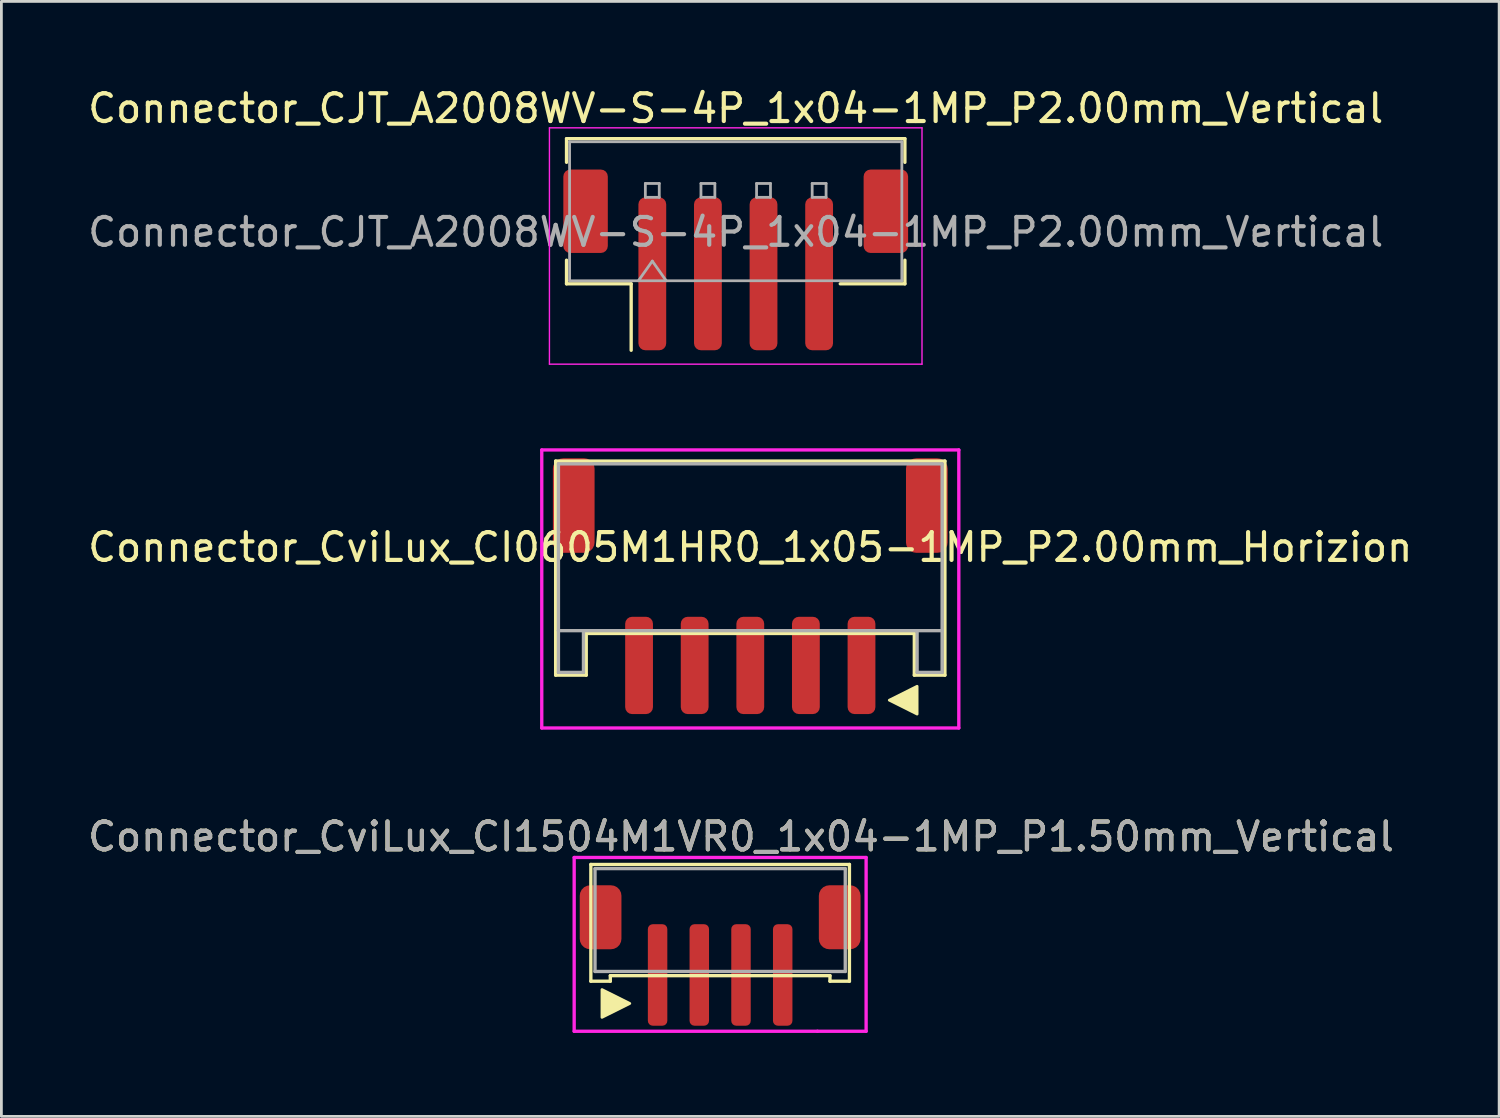
<source format=kicad_pcb>
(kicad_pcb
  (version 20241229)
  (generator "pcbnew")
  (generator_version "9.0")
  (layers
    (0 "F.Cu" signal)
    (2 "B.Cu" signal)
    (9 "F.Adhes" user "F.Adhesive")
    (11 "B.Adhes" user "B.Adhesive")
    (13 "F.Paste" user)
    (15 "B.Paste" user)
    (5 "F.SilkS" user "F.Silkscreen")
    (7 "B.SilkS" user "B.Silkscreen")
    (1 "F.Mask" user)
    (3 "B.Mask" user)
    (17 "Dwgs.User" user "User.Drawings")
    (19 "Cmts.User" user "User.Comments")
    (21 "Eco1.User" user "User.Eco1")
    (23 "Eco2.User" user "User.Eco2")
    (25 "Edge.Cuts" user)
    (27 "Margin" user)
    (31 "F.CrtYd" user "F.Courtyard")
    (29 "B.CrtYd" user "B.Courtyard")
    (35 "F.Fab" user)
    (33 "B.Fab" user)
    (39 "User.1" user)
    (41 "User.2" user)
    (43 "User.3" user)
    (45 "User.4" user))
  (footprint "Connector_CviLux_CI1504M1VR0_1x04-1MP_P1.50mm_Vertical"
    (layer "F.Cu")
    (at 23.601 30.041)
    (property "Reference" "Connector_CviLux_CI1504M1VR0_1x04-1MP_P1.50mm_Vertical" (at 0 -3 0) (layer "F.SilkS") (effects (font (size 1 1) (thickness 0.15))))
    (attr smd)
    (fp_line (start -5.4 -2) (end 3.9 -2) (stroke (width 0.12) (type solid)) (layer "F.SilkS"))
    (fp_line (start -5.4 2.2) (end -5.4 -2) (stroke (width 0.12) (type solid)) (layer "F.SilkS"))
    (fp_line (start -4.7 2) (end -4.7 2.2) (stroke (width 0.12) (type solid)) (layer "F.SilkS"))
    (fp_line (start -4.7 2.2) (end -5.4 2.2) (stroke (width 0.12) (type solid)) (layer "F.SilkS"))
    (fp_line (start 3.2 2) (end -4.7 2) (stroke (width 0.12) (type solid)) (layer "F.SilkS"))
    (fp_line (start 3.2 2.2) (end 3.2 2) (stroke (width 0.12) (type solid)) (layer "F.SilkS"))
    (fp_line (start 3.9 -2) (end 3.9 2.2) (stroke (width 0.12) (type solid)) (layer "F.SilkS"))
    (fp_line (start 3.9 2.2) (end 3.2 2.2) (stroke (width 0.12) (type solid)) (layer "F.SilkS"))
    (fp_poly (pts (xy -5 2.5) (xy -5 3.5) (xy -4 3)) (stroke (width 0.1) (type solid)) (fill yes) (layer "F.SilkS"))
    (fp_line (start -6 -2.25) (end -6 4) (stroke (width 0.12) (type solid)) (layer "F.CrtYd"))
    (fp_line (start -6 4) (end 2.75 4) (stroke (width 0.12) (type solid)) (layer "F.CrtYd"))
    (fp_line (start 2.75 4) (end 4.5 4) (stroke (width 0.12) (type solid)) (layer "F.CrtYd"))
    (fp_line (start 4.5 -2.25) (end -6 -2.25) (stroke (width 0.12) (type solid)) (layer "F.CrtYd"))
    (fp_line (start 4.5 4) (end 4.5 -2.25) (stroke (width 0.12) (type solid)) (layer "F.CrtYd"))
    (fp_line (start -5.25 -1.85) (end 3.75 -1.85) (stroke (width 0.12) (type solid)) (layer "F.Fab"))
    (fp_line (start -5.25 1.85) (end -5.25 -1.85) (stroke (width 0.12) (type solid)) (layer "F.Fab"))
    (fp_line (start 3.75 -1.85) (end 3.75 1.85) (stroke (width 0.12) (type solid)) (layer "F.Fab"))
    (fp_line (start 3.75 1.85) (end -5.25 1.85) (stroke (width 0.12) (type solid)) (layer "F.Fab"))
    (fp_text user "${REFERENCE}" (at 0 -3 0) (layer "F.Fab") (effects (font (size 1 1) (thickness 0.15))))
    (pad "1" smd roundrect (at -3 1.975 180) (size 0.7 3.65) (layers "F.Cu" "F.Mask" "F.Paste") (roundrect_rratio 0.25))
    (pad "2" smd roundrect (at -1.5 1.975 180) (size 0.7 3.65) (layers "F.Cu" "F.Mask" "F.Paste") (roundrect_rratio 0.25))
    (pad "3" smd roundrect (at 0 1.975 180) (size 0.7 3.65) (layers "F.Cu" "F.Mask" "F.Paste") (roundrect_rratio 0.25))
    (pad "4" smd roundrect (at 1.5 1.975 180) (size 0.7 3.65) (layers "F.Cu" "F.Mask" "F.Paste") (roundrect_rratio 0.25))
    (pad "MP" smd roundrect (at -5.05 -0.1 180) (size 1.5 2.3) (layers "F.Cu" "F.Mask" "F.Paste") (roundrect_rratio 0.25))
    (pad "MP" smd roundrect (at 3.55 -0.1 180) (size 1.5 2.3) (layers "F.Cu" "F.Mask" "F.Paste") (roundrect_rratio 0.25)))
  (footprint "Connector_CviLux_CI0605M1HR0_1x05-1MP_P2.00mm_Horizion"
    (layer "F.Cu")
    (at 23.935 16.633)
    (property "Reference" "Connector_CviLux_CI0605M1HR0_1x05-1MP_P2.00mm_Horizion" (at 0 0 0) (layer "F.SilkS") (effects (font (size 1 1) (thickness 0.15))))
    (attr smd)
    (fp_line (start -7 -3.1) (end -7 4.6) (stroke (width 0.12) (type solid)) (layer "F.SilkS"))
    (fp_line (start -7 4.6) (end -5.9 4.6) (stroke (width 0.12) (type solid)) (layer "F.SilkS"))
    (fp_line (start -5.9 3.1) (end 5.9 3.1) (stroke (width 0.12) (type solid)) (layer "F.SilkS"))
    (fp_line (start -5.9 4.6) (end -5.9 3.1) (stroke (width 0.12) (type solid)) (layer "F.SilkS"))
    (fp_line (start 5.9 3.1) (end 5.9 4.6) (stroke (width 0.12) (type solid)) (layer "F.SilkS"))
    (fp_line (start 5.9 4.6) (end 7 4.6) (stroke (width 0.12) (type solid)) (layer "F.SilkS"))
    (fp_line (start 7 -3.1) (end -7 -3.1) (stroke (width 0.12) (type solid)) (layer "F.SilkS"))
    (fp_line (start 7 4.6) (end 7 -3.1) (stroke (width 0.12) (type solid)) (layer "F.SilkS"))
    (fp_poly (pts (xy 6 5) (xy 6 6) (xy 5 5.5)) (stroke (width 0.1) (type solid)) (fill yes) (layer "F.SilkS"))
    (fp_line (start -7.5 -3.5) (end 7.5 -3.5) (stroke (width 0.12) (type solid)) (layer "F.CrtYd"))
    (fp_line (start -7.5 6.5) (end -7.5 -3.5) (stroke (width 0.12) (type solid)) (layer "F.CrtYd"))
    (fp_line (start 7.5 -3.5) (end 7.5 6.5) (stroke (width 0.12) (type solid)) (layer "F.CrtYd"))
    (fp_line (start 7.5 6.5) (end -7.5 6.5) (stroke (width 0.12) (type solid)) (layer "F.CrtYd"))
    (fp_line (start -6.9 -3) (end 6.9 -3) (stroke (width 0.12) (type solid)) (layer "F.Fab"))
    (fp_line (start -6.9 3) (end -6.9 -3) (stroke (width 0.12) (type solid)) (layer "F.Fab"))
    (fp_line (start -6.9 3) (end -6.9 4.5) (stroke (width 0.12) (type solid)) (layer "F.Fab"))
    (fp_line (start -6.9 4.5) (end -6 4.5) (stroke (width 0.12) (type solid)) (layer "F.Fab"))
    (fp_line (start -6 3) (end -6 4.5) (stroke (width 0.12) (type solid)) (layer "F.Fab"))
    (fp_line (start 6 3) (end 6 4.5) (stroke (width 0.12) (type solid)) (layer "F.Fab"))
    (fp_line (start 6 4.5) (end 6.9 4.5) (stroke (width 0.12) (type solid)) (layer "F.Fab"))
    (fp_line (start 6.9 3) (end -6.9 3) (stroke (width 0.12) (type solid)) (layer "F.Fab"))
    (fp_line (start 6.9 3) (end 6.9 -3) (stroke (width 0.12) (type solid)) (layer "F.Fab"))
    (fp_line (start 6.9 3) (end 6.9 4.5) (stroke (width 0.12) (type solid)) (layer "F.Fab"))
    (pad "1" smd roundrect (at 4 4.25 180) (size 1 3.5) (layers "F.Cu" "F.Mask" "F.Paste") (roundrect_rratio 0.25))
    (pad "2" smd roundrect (at 2 4.25 180) (size 1 3.5) (layers "F.Cu" "F.Mask" "F.Paste") (roundrect_rratio 0.25))
    (pad "3" smd roundrect (at 0 4.25 180) (size 1 3.5) (layers "F.Cu" "F.Mask" "F.Paste") (roundrect_rratio 0.25))
    (pad "4" smd roundrect (at -2 4.25 180) (size 1 3.5) (layers "F.Cu" "F.Mask" "F.Paste") (roundrect_rratio 0.25))
    (pad "5" smd roundrect (at -4 4.25 180) (size 1 3.5) (layers "F.Cu" "F.Mask" "F.Paste") (roundrect_rratio 0.25))
    (pad "MP" smd roundrect (at -6.35 -1.5 180) (size 1.5 3.4) (layers "F.Cu" "F.Mask" "F.Paste") (roundrect_rratio 0.25))
    (pad "MP" smd roundrect (at 6.35 -1.5 180) (size 1.5 3.4) (layers "F.Cu" "F.Mask" "F.Paste") (roundrect_rratio 0.25)))
  (footprint "Connector_CJT_A2008WV-S-4P_1x04-1MP_P2.00mm_Vertical"
    (layer "F.Cu")
    (at 23.411 6.298)
    (property "Reference" "Connector_CJT_A2008WV-S-4P_1x04-1MP_P2.00mm_Vertical" (at 0 -5.45 0) (layer "F.SilkS") (effects (font (size 1 1) (thickness 0.15))))
    (attr smd)
    (fp_line (start -6.085 -4.36) (end 6.085 -4.36) (stroke (width 0.12) (type solid)) (layer "F.SilkS"))
    (fp_line (start -6.085 -3.51) (end -6.085 -4.36) (stroke (width 0.12) (type solid)) (layer "F.SilkS"))
    (fp_line (start -6.085 0.01) (end -6.085 0.86) (stroke (width 0.12) (type solid)) (layer "F.SilkS"))
    (fp_line (start -6.085 0.86) (end -3.76 0.86) (stroke (width 0.12) (type solid)) (layer "F.SilkS"))
    (fp_line (start -3.76 0.86) (end -3.76 3.25) (stroke (width 0.12) (type solid)) (layer "F.SilkS"))
    (fp_line (start 6.085 -4.36) (end 6.085 -3.51) (stroke (width 0.12) (type solid)) (layer "F.SilkS"))
    (fp_line (start 6.085 0.01) (end 6.085 0.86) (stroke (width 0.12) (type solid)) (layer "F.SilkS"))
    (fp_line (start 6.085 0.86) (end 3.76 0.86) (stroke (width 0.12) (type solid)) (layer "F.SilkS"))
    (fp_line (start -6.7 -4.75) (end -6.7 3.75) (stroke (width 0.05) (type solid)) (layer "F.CrtYd"))
    (fp_line (start -6.7 3.75) (end 6.7 3.75) (stroke (width 0.05) (type solid)) (layer "F.CrtYd"))
    (fp_line (start 6.7 -4.75) (end -6.7 -4.75) (stroke (width 0.05) (type solid)) (layer "F.CrtYd"))
    (fp_line (start 6.7 3.75) (end 6.7 -4.75) (stroke (width 0.05) (type solid)) (layer "F.CrtYd"))
    (fp_line (start -5.975 -4.25) (end 5.975 -4.25) (stroke (width 0.1) (type solid)) (layer "F.Fab"))
    (fp_line (start -5.975 0.75) (end -5.975 -4.25) (stroke (width 0.1) (type solid)) (layer "F.Fab"))
    (fp_line (start -5.975 0.75) (end 5.975 0.75) (stroke (width 0.1) (type solid)) (layer "F.Fab"))
    (fp_line (start -3.5 0.75) (end -3 0.043) (stroke (width 0.1) (type solid)) (layer "F.Fab"))
    (fp_line (start -3.25 -2.75) (end -3.25 -2.25) (stroke (width 0.1) (type solid)) (layer "F.Fab"))
    (fp_line (start -3.25 -2.25) (end -2.75 -2.25) (stroke (width 0.1) (type solid)) (layer "F.Fab"))
    (fp_line (start -3 0.043) (end -2.5 0.75) (stroke (width 0.1) (type solid)) (layer "F.Fab"))
    (fp_line (start -2.75 -2.75) (end -3.25 -2.75) (stroke (width 0.1) (type solid)) (layer "F.Fab"))
    (fp_line (start -2.75 -2.25) (end -2.75 -2.75) (stroke (width 0.1) (type solid)) (layer "F.Fab"))
    (fp_line (start -1.25 -2.75) (end -1.25 -2.25) (stroke (width 0.1) (type solid)) (layer "F.Fab"))
    (fp_line (start -1.25 -2.25) (end -0.75 -2.25) (stroke (width 0.1) (type solid)) (layer "F.Fab"))
    (fp_line (start -0.75 -2.75) (end -1.25 -2.75) (stroke (width 0.1) (type solid)) (layer "F.Fab"))
    (fp_line (start -0.75 -2.25) (end -0.75 -2.75) (stroke (width 0.1) (type solid)) (layer "F.Fab"))
    (fp_line (start 0.75 -2.75) (end 0.75 -2.25) (stroke (width 0.1) (type solid)) (layer "F.Fab"))
    (fp_line (start 0.75 -2.25) (end 1.25 -2.25) (stroke (width 0.1) (type solid)) (layer "F.Fab"))
    (fp_line (start 1.25 -2.75) (end 0.75 -2.75) (stroke (width 0.1) (type solid)) (layer "F.Fab"))
    (fp_line (start 1.25 -2.25) (end 1.25 -2.75) (stroke (width 0.1) (type solid)) (layer "F.Fab"))
    (fp_line (start 2.75 -2.75) (end 2.75 -2.25) (stroke (width 0.1) (type solid)) (layer "F.Fab"))
    (fp_line (start 2.75 -2.25) (end 3.25 -2.25) (stroke (width 0.1) (type solid)) (layer "F.Fab"))
    (fp_line (start 3.25 -2.75) (end 2.75 -2.75) (stroke (width 0.1) (type solid)) (layer "F.Fab"))
    (fp_line (start 3.25 -2.25) (end 3.25 -2.75) (stroke (width 0.1) (type solid)) (layer "F.Fab"))
    (fp_line (start 5.975 0.75) (end 5.975 -4.25) (stroke (width 0.1) (type solid)) (layer "F.Fab"))
    (fp_text user "${REFERENCE}" (at 0 -1 0) (layer "F.Fab") (effects (font (size 1 1) (thickness 0.15))))
    (pad "1" smd roundrect (at -3 0.5) (size 1 5.5) (layers "F.Cu" "F.Mask" "F.Paste") (roundrect_rratio 0.25))
    (pad "2" smd roundrect (at -1 0.5) (size 1 5.5) (layers "F.Cu" "F.Mask" "F.Paste") (roundrect_rratio 0.25))
    (pad "3" smd roundrect (at 1 0.5) (size 1 5.5) (layers "F.Cu" "F.Mask" "F.Paste") (roundrect_rratio 0.25))
    (pad "4" smd roundrect (at 3 0.5) (size 1 5.5) (layers "F.Cu" "F.Mask" "F.Paste") (roundrect_rratio 0.25))
    (pad "MP" smd roundrect (at -5.4 -1.75) (size 1.6 3) (layers "F.Cu" "F.Mask" "F.Paste") (roundrect_rratio 0.156))
    (pad "MP" smd roundrect (at 5.4 -1.75) (size 1.6 3) (layers "F.Cu" "F.Mask" "F.Paste") (roundrect_rratio 0.156)))
  (gr_rect
    (start -3 -3)
    (end 50.869 37.102)
    (stroke (width 0.1) (type default))
    (fill no)
    (layer "Edge.Cuts")))
</source>
